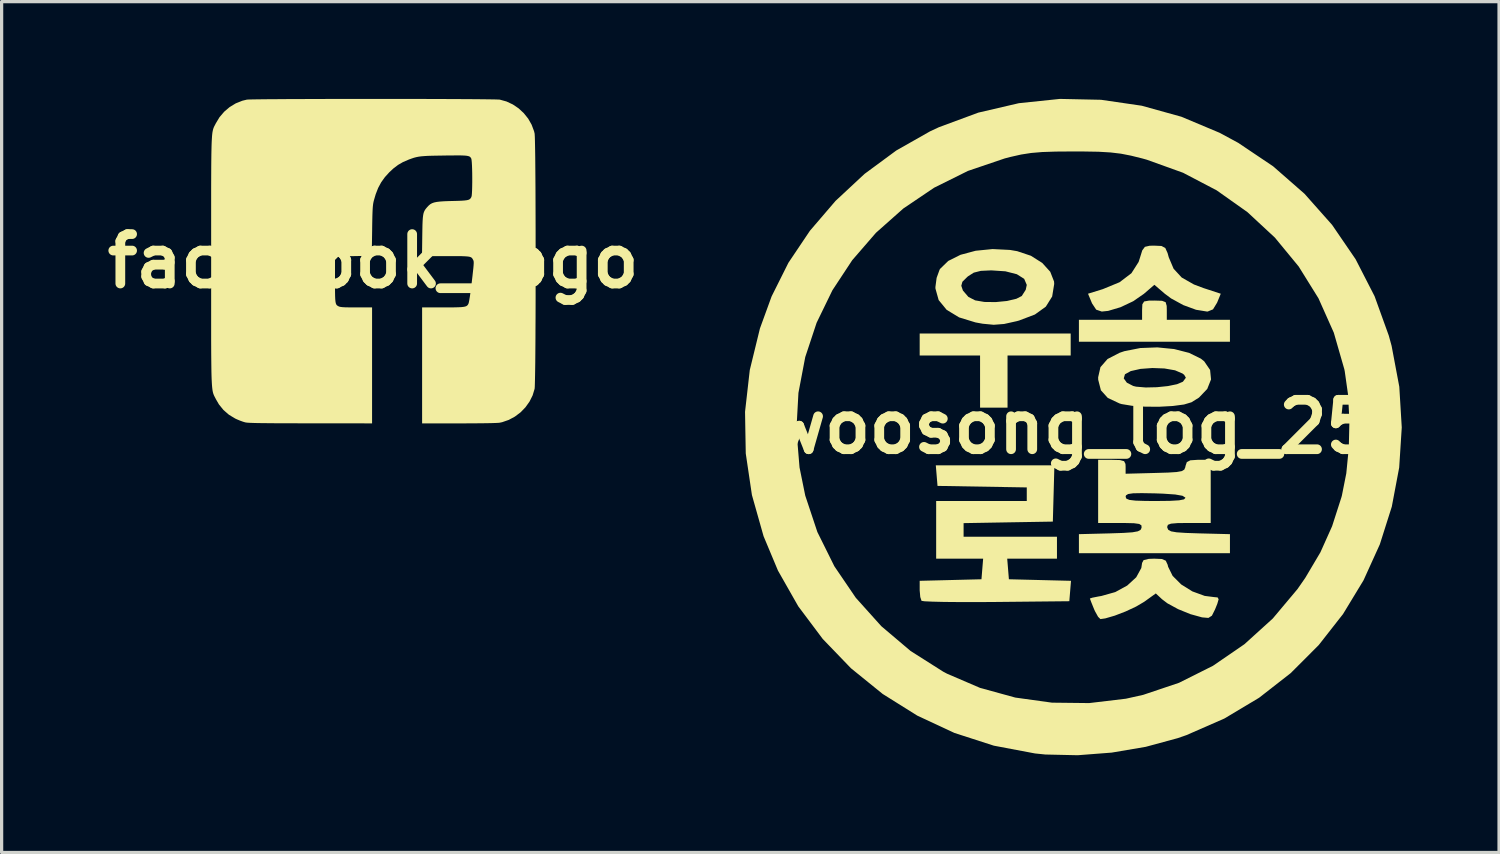
<source format=kicad_pcb>
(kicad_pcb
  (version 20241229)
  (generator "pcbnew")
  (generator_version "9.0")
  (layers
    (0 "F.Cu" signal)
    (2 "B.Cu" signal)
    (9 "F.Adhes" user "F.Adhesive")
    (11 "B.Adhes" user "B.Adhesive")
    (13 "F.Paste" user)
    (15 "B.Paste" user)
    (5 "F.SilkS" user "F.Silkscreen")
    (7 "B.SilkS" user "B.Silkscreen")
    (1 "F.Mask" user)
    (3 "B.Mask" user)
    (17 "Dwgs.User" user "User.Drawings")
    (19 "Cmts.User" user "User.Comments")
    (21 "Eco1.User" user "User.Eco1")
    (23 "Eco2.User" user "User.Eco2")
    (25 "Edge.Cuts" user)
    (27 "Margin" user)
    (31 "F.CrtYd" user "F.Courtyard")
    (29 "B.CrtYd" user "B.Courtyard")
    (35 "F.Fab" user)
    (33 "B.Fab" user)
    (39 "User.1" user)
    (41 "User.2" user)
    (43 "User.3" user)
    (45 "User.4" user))
  (footprint "facebook_logo"
    (layer "F.Cu")
    (at 8.462 5.003)
    (property "Reference" "facebook_logo" (at 0 0 0) (layer "F.SilkS") (effects (font (size 1.524 1.524) (thickness 0.3))))
    (attr board_only exclude_from_pos_files exclude_from_bom)
    (fp_poly (pts (xy 0.426 -5.003) (xy 0.765 -5.003) (xy 1.098 -5.002) (xy 1.423 -5.002) (xy 1.738 -5.001) (xy 2.042 -5) (xy 2.33 -4.999) (xy 2.602 -4.998) (xy 2.854 -4.996) (xy 3.085 -4.995) (xy 3.292 -4.993) (xy 3.473 -4.991) (xy 3.625 -4.989) (xy 3.747 -4.987) (xy 3.835 -4.984) (xy 3.887 -4.982) (xy 3.899 -4.981) (xy 4.105 -4.924) (xy 4.3 -4.833) (xy 4.479 -4.712) (xy 4.638 -4.565) (xy 4.774 -4.396) (xy 4.88 -4.21) (xy 4.955 -4.01) (xy 4.973 -3.937) (xy 4.976 -3.899) (xy 4.98 -3.825) (xy 4.983 -3.716) (xy 4.986 -3.575) (xy 4.989 -3.405) (xy 4.992 -3.207) (xy 4.994 -2.984) (xy 4.996 -2.739) (xy 4.998 -2.473) (xy 5 -2.189) (xy 5.001 -1.889) (xy 5.002 -1.576) (xy 5.003 -1.252) (xy 5.004 -0.92) (xy 5.004 -0.581) (xy 5.005 -0.238) (xy 5.005 0.107) (xy 5.005 0.45) (xy 5.004 0.791) (xy 5.004 1.126) (xy 5.003 1.454) (xy 5.002 1.771) (xy 5 2.076) (xy 4.999 2.366) (xy 4.997 2.639) (xy 4.995 2.893) (xy 4.993 3.125) (xy 4.99 3.333) (xy 4.987 3.514) (xy 4.984 3.666) (xy 4.981 3.787) (xy 4.978 3.875) (xy 4.974 3.927) (xy 4.973 3.937) (xy 4.911 4.141) (xy 4.815 4.332) (xy 4.689 4.508) (xy 4.538 4.663) (xy 4.365 4.793) (xy 4.176 4.895) (xy 3.973 4.965) (xy 3.899 4.981) (xy 3.85 4.986) (xy 3.763 4.99) (xy 3.64 4.994) (xy 3.481 4.997) (xy 3.287 4.999) (xy 3.061 5.001) (xy 2.803 5.002) (xy 2.644 5.002) (xy 1.504 5.002) (xy 1.504 1.426) (xy 2.14 1.426) (xy 2.33 1.426) (xy 2.485 1.425) (xy 2.608 1.422) (xy 2.705 1.418) (xy 2.778 1.41) (xy 2.831 1.4) (xy 2.87 1.385) (xy 2.897 1.366) (xy 2.916 1.343) (xy 2.932 1.313) (xy 2.935 1.307) (xy 2.946 1.268) (xy 2.96 1.194) (xy 2.977 1.089) (xy 2.996 0.957) (xy 3.016 0.801) (xy 3.037 0.631) (xy 3.057 0.46) (xy 3.072 0.323) (xy 3.084 0.216) (xy 3.091 0.135) (xy 3.095 0.075) (xy 3.095 0.032) (xy 3.092 0.001) (xy 3.086 -0.021) (xy 3.079 -0.035) (xy 3.063 -0.065) (xy 3.047 -0.09) (xy 3.027 -0.11) (xy 2.998 -0.125) (xy 2.958 -0.137) (xy 2.901 -0.145) (xy 2.826 -0.15) (xy 2.727 -0.154) (xy 2.601 -0.156) (xy 2.444 -0.156) (xy 2.252 -0.156) (xy 1.501 -0.156) (xy 1.509 -0.777) (xy 1.512 -0.966) (xy 1.515 -1.12) (xy 1.52 -1.244) (xy 1.527 -1.344) (xy 1.537 -1.422) (xy 1.55 -1.484) (xy 1.569 -1.535) (xy 1.592 -1.579) (xy 1.622 -1.62) (xy 1.659 -1.664) (xy 1.663 -1.668) (xy 1.709 -1.717) (xy 1.756 -1.756) (xy 1.809 -1.786) (xy 1.873 -1.809) (xy 1.953 -1.826) (xy 2.054 -1.838) (xy 2.182 -1.847) (xy 2.341 -1.853) (xy 2.433 -1.855) (xy 2.593 -1.859) (xy 2.718 -1.864) (xy 2.814 -1.871) (xy 2.886 -1.88) (xy 2.937 -1.893) (xy 2.972 -1.911) (xy 2.997 -1.935) (xy 3.016 -1.965) (xy 3.025 -1.984) (xy 3.034 -2.022) (xy 3.04 -2.092) (xy 3.045 -2.189) (xy 3.048 -2.304) (xy 3.05 -2.433) (xy 3.05 -2.568) (xy 3.049 -2.704) (xy 3.046 -2.833) (xy 3.042 -2.95) (xy 3.036 -3.048) (xy 3.029 -3.12) (xy 3.021 -3.161) (xy 3.02 -3.163) (xy 3.005 -3.189) (xy 2.987 -3.211) (xy 2.963 -3.228) (xy 2.928 -3.24) (xy 2.879 -3.25) (xy 2.812 -3.256) (xy 2.723 -3.26) (xy 2.609 -3.261) (xy 2.465 -3.26) (xy 2.287 -3.259) (xy 2.185 -3.257) (xy 1.985 -3.254) (xy 1.818 -3.251) (xy 1.681 -3.247) (xy 1.568 -3.24) (xy 1.473 -3.232) (xy 1.392 -3.221) (xy 1.319 -3.206) (xy 1.25 -3.188) (xy 1.18 -3.164) (xy 1.102 -3.136) (xy 1.08 -3.127) (xy 0.91 -3.053) (xy 0.763 -2.968) (xy 0.624 -2.863) (xy 0.496 -2.745) (xy 0.357 -2.592) (xy 0.243 -2.433) (xy 0.149 -2.259) (xy 0.072 -2.061) (xy 0.017 -1.873) (xy 0.006 -1.829) (xy -0.003 -1.784) (xy -0.01 -1.735) (xy -0.016 -1.677) (xy -0.021 -1.606) (xy -0.025 -1.517) (xy -0.029 -1.406) (xy -0.032 -1.268) (xy -0.035 -1.099) (xy -0.037 -0.938) (xy -0.049 -0.166) (xy -1.074 -0.147) (xy -1.128 -0.092) (xy -1.182 -0.038) (xy -1.182 0.613) (xy -1.182 0.801) (xy -1.181 0.953) (xy -1.179 1.075) (xy -1.175 1.169) (xy -1.168 1.241) (xy -1.159 1.293) (xy -1.145 1.33) (xy -1.128 1.356) (xy -1.105 1.374) (xy -1.077 1.39) (xy -1.064 1.396) (xy -1.037 1.406) (xy -0.998 1.413) (xy -0.944 1.419) (xy -0.869 1.423) (xy -0.768 1.425) (xy -0.636 1.426) (xy -0.52 1.426) (xy -0.039 1.426) (xy -0.039 5.002) (xy -1.929 5) (xy -2.256 5) (xy -2.545 4.999) (xy -2.8 4.999) (xy -3.023 4.998) (xy -3.215 4.996) (xy -3.38 4.995) (xy -3.519 4.993) (xy -3.634 4.991) (xy -3.728 4.988) (xy -3.804 4.985) (xy -3.862 4.982) (xy -3.906 4.978) (xy -3.938 4.973) (xy -3.947 4.972) (xy -4.021 4.95) (xy -4.115 4.916) (xy -4.212 4.875) (xy -4.259 4.853) (xy -4.453 4.736) (xy -4.621 4.59) (xy -4.761 4.417) (xy -4.853 4.259) (xy -4.87 4.225) (xy -4.886 4.195) (xy -4.901 4.166) (xy -4.914 4.139) (xy -4.926 4.11) (xy -4.937 4.078) (xy -4.947 4.042) (xy -4.956 3.999) (xy -4.963 3.949) (xy -4.97 3.889) (xy -4.976 3.818) (xy -4.981 3.733) (xy -4.986 3.634) (xy -4.99 3.519) (xy -4.993 3.386) (xy -4.995 3.233) (xy -4.997 3.058) (xy -4.999 2.861) (xy -5 2.639) (xy -5.001 2.39) (xy -5.001 2.114) (xy -5.001 1.807) (xy -5.001 1.469) (xy -5.001 1.098) (xy -5.001 0.692) (xy -5.001 0.25) (xy -5.001 0) (xy -5.001 -0.462) (xy -5.001 -0.887) (xy -5.001 -1.277) (xy -5.001 -1.632) (xy -5.001 -1.955) (xy -5.001 -2.247) (xy -5 -2.51) (xy -4.999 -2.746) (xy -4.998 -2.956) (xy -4.996 -3.143) (xy -4.994 -3.307) (xy -4.991 -3.45) (xy -4.988 -3.575) (xy -4.984 -3.682) (xy -4.979 -3.773) (xy -4.974 -3.851) (xy -4.968 -3.917) (xy -4.961 -3.972) (xy -4.952 -4.018) (xy -4.943 -4.057) (xy -4.933 -4.09) (xy -4.922 -4.12) (xy -4.91 -4.148) (xy -4.896 -4.175) (xy -4.881 -4.203) (xy -4.865 -4.234) (xy -4.857 -4.25) (xy -4.742 -4.441) (xy -4.598 -4.609) (xy -4.43 -4.752) (xy -4.242 -4.866) (xy -4.039 -4.947) (xy -3.899 -4.981) (xy -3.865 -4.983) (xy -3.795 -4.986) (xy -3.69 -4.988) (xy -3.553 -4.99) (xy -3.386 -4.992) (xy -3.192 -4.994) (xy -2.973 -4.995) (xy -2.731 -4.997) (xy -2.469 -4.998) (xy -2.188 -4.999) (xy -1.892 -5) (xy -1.582 -5.001) (xy -1.262 -5.002) (xy -0.932 -5.002) (xy -0.596 -5.003) (xy -0.256 -5.003) (xy 0.085 -5.003)) (stroke (width 0) (type solid)) (fill yes) (layer "F.SilkS")))
  (footprint "woosong_log_25"
    (layer "F.Cu")
    (at 30.05 10.113)
    (property "Reference" "woosong_log_25" (at 0 0 0) (layer "F.SilkS") (effects (font (size 1.524 1.524) (thickness 0.3))))
    (attr board_only exclude_from_pos_files exclude_from_bom)
    (fp_poly (pts (xy -0.085 -2.201) (xy -2.032 -2.201) (xy -2.032 -0.593) (xy -2.879 -0.593) (xy -2.879 -2.201) (xy -4.741 -2.201) (xy -4.741 -2.879) (xy -0.085 -2.879)) (stroke (width 0) (type solid)) (fill yes) (layer "F.SilkS"))
    (fp_poly (pts (xy 2.732 -3.888) (xy 2.843 -3.845) (xy 2.876 -3.73) (xy 2.879 -3.598) (xy 2.879 -3.302) (xy 4.826 -3.302) (xy 4.826 -2.625) (xy 0.169 -2.625) (xy 0.169 -3.302) (xy 2.117 -3.302) (xy 2.117 -3.598) (xy 2.125 -3.78) (xy 2.18 -3.867) (xy 2.328 -3.893) (xy 2.498 -3.895)) (stroke (width 0) (type solid)) (fill yes) (layer "F.SilkS"))
    (fp_poly (pts (xy -0.611 2.053) (xy -0.635 2.921) (xy -2.011 2.944) (xy -3.387 2.968) (xy -3.387 3.387) (xy -0.508 3.387) (xy -0.508 4.064) (xy -2.042 4.064) (xy -2.016 4.381) (xy -1.99 4.699) (xy -1.032 4.723) (xy -0.075 4.747) (xy -0.101 5.062) (xy -0.127 5.376) (xy -2.376 5.399) (xy -2.977 5.403) (xy -3.522 5.402) (xy -3.988 5.398) (xy -4.352 5.389) (xy -4.592 5.378) (xy -4.684 5.364) (xy -4.723 5.246) (xy -4.741 5.04) (xy -4.741 5.026) (xy -4.741 4.747) (xy -3.789 4.723) (xy -2.836 4.699) (xy -2.81 4.381) (xy -2.784 4.064) (xy -4.233 4.064) (xy -4.233 2.286) (xy -1.439 2.286) (xy -1.439 1.867) (xy -4.191 1.82) (xy -4.244 1.185) (xy -0.587 1.185)) (stroke (width 0) (type solid)) (fill yes) (layer "F.SilkS"))
    (fp_poly (pts (xy 2.715 -5.578) (xy 2.832 -5.517) (xy 2.903 -5.36) (xy 2.94 -5.227) (xy 3.089 -4.876) (xy 3.339 -4.605) (xy 3.716 -4.391) (xy 4.008 -4.281) (xy 4.543 -4.106) (xy 4.43 -3.831) (xy 4.304 -3.624) (xy 4.138 -3.556) (xy 4.121 -3.556) (xy 3.781 -3.611) (xy 3.388 -3.755) (xy 3.013 -3.96) (xy 2.824 -4.1) (xy 2.496 -4.381) (xy 2.171 -4.101) (xy 1.842 -3.874) (xy 1.453 -3.69) (xy 1.073 -3.577) (xy 0.874 -3.556) (xy 0.702 -3.614) (xy 0.573 -3.809) (xy 0.564 -3.831) (xy 0.45 -4.106) (xy 0.905 -4.247) (xy 1.422 -4.46) (xy 1.788 -4.738) (xy 2.01 -5.086) (xy 2.051 -5.213) (xy 2.122 -5.442) (xy 2.204 -5.552) (xy 2.352 -5.586) (xy 2.498 -5.588)) (stroke (width 0) (type solid)) (fill yes) (layer "F.SilkS"))
    (fp_poly (pts (xy 2.727 4.074) (xy 2.847 4.126) (xy 2.905 4.251) (xy 2.92 4.314) (xy 3.059 4.595) (xy 3.322 4.858) (xy 3.667 5.073) (xy 4.048 5.212) (xy 4.339 5.249) (xy 4.446 5.259) (xy 4.477 5.315) (xy 4.436 5.457) (xy 4.365 5.632) (xy 4.27 5.822) (xy 4.162 5.891) (xy 3.977 5.875) (xy 3.963 5.873) (xy 3.605 5.774) (xy 3.227 5.62) (xy 2.898 5.441) (xy 2.732 5.315) (xy 2.54 5.136) (xy 2.18 5.395) (xy 1.932 5.541) (xy 1.611 5.691) (xy 1.276 5.82) (xy 0.985 5.905) (xy 0.832 5.927) (xy 0.76 5.856) (xy 0.663 5.681) (xy 0.636 5.62) (xy 0.555 5.42) (xy 0.511 5.303) (xy 0.508 5.292) (xy 0.583 5.267) (xy 0.77 5.23) (xy 0.863 5.214) (xy 1.29 5.094) (xy 1.658 4.893) (xy 1.937 4.637) (xy 2.093 4.351) (xy 2.117 4.195) (xy 2.163 4.109) (xy 2.324 4.07) (xy 2.491 4.064)) (stroke (width 0) (type solid)) (fill yes) (layer "F.SilkS"))
    (fp_poly (pts (xy 3.104 -2.4) (xy 3.566 -2.282) (xy 3.929 -2.104) (xy 4.032 -2.022) (xy 4.214 -1.755) (xy 4.243 -1.463) (xy 4.126 -1.17) (xy 3.871 -0.903) (xy 3.641 -0.759) (xy 3.411 -0.69) (xy 3.063 -0.644) (xy 2.647 -0.621) (xy 2.212 -0.623) (xy 1.809 -0.65) (xy 1.486 -0.703) (xy 1.422 -0.722) (xy 1.061 -0.891) (xy 0.847 -1.128) (xy 0.764 -1.452) (xy 0.763 -1.495) (xy 1.552 -1.495) (xy 1.647 -1.363) (xy 1.842 -1.262) (xy 1.932 -1.24) (xy 2.227 -1.215) (xy 2.571 -1.223) (xy 2.912 -1.258) (xy 3.195 -1.316) (xy 3.37 -1.39) (xy 3.382 -1.401) (xy 3.467 -1.516) (xy 3.415 -1.605) (xy 3.364 -1.645) (xy 3.134 -1.744) (xy 2.807 -1.801) (xy 2.434 -1.815) (xy 2.069 -1.788) (xy 1.767 -1.72) (xy 1.589 -1.622) (xy 1.552 -1.495) (xy 0.763 -1.495) (xy 0.762 -1.528) (xy 0.833 -1.842) (xy 1.051 -2.092) (xy 1.422 -2.284) (xy 1.57 -2.334) (xy 2.061 -2.431) (xy 2.587 -2.451)) (stroke (width 0) (type solid)) (fill yes) (layer "F.SilkS"))
    (fp_poly (pts (xy -1.957 -5.456) (xy -1.735 -5.418) (xy -1.313 -5.277) (xy -0.963 -5.056) (xy -0.715 -4.783) (xy -0.598 -4.484) (xy -0.593 -4.408) (xy -0.656 -4.02) (xy -0.851 -3.708) (xy -1.188 -3.465) (xy -1.677 -3.279) (xy -1.751 -3.259) (xy -2.138 -3.173) (xy -2.458 -3.148) (xy -2.8 -3.181) (xy -3.02 -3.221) (xy -3.525 -3.376) (xy -3.909 -3.609) (xy -4.156 -3.91) (xy -4.255 -4.265) (xy -4.256 -4.312) (xy -4.251 -4.351) (xy -3.458 -4.351) (xy -3.408 -4.204) (xy -3.238 -4.007) (xy -3.03 -3.901) (xy -2.744 -3.852) (xy -2.397 -3.848) (xy -2.049 -3.882) (xy -1.758 -3.951) (xy -1.594 -4.035) (xy -1.471 -4.227) (xy -1.439 -4.378) (xy -1.519 -4.565) (xy -1.745 -4.707) (xy -2.098 -4.797) (xy -2.533 -4.826) (xy -2.855 -4.811) (xy -3.073 -4.756) (xy -3.251 -4.643) (xy -3.273 -4.624) (xy -3.424 -4.475) (xy -3.458 -4.351) (xy -4.251 -4.351) (xy -4.219 -4.594) (xy -4.128 -4.845) (xy -4.111 -4.873) (xy -3.86 -5.117) (xy -3.482 -5.306) (xy -3.015 -5.431) (xy -2.494 -5.483)) (stroke (width 0) (type solid)) (fill yes) (layer "F.SilkS"))
    (fp_poly (pts (xy 1.436 1.023) (xy 1.562 1.058) (xy 1.605 1.143) (xy 1.609 1.231) (xy 1.609 1.445) (xy 2.519 1.421) (xy 2.921 1.409) (xy 3.184 1.392) (xy 3.34 1.364) (xy 3.418 1.318) (xy 3.449 1.246) (xy 3.456 1.206) (xy 3.496 1.087) (xy 3.604 1.031) (xy 3.827 1.016) (xy 3.858 1.016) (xy 4.233 1.016) (xy 4.233 2.963) (xy 3.55 2.963) (xy 3.21 2.967) (xy 3.008 2.984) (xy 2.913 3.02) (xy 2.891 3.083) (xy 2.895 3.111) (xy 2.927 3.177) (xy 3.013 3.222) (xy 3.182 3.251) (xy 3.462 3.27) (xy 3.875 3.284) (xy 4.826 3.308) (xy 4.826 3.895) (xy 0.169 3.895) (xy 0.169 3.308) (xy 1.121 3.284) (xy 1.539 3.27) (xy 1.818 3.251) (xy 1.985 3.221) (xy 2.07 3.176) (xy 2.101 3.111) (xy 2.097 3.038) (xy 2.029 2.993) (xy 1.867 2.971) (xy 1.577 2.964) (xy 1.446 2.963) (xy 0.762 2.963) (xy 0.762 2.156) (xy 1.609 2.156) (xy 1.633 2.214) (xy 1.726 2.252) (xy 1.912 2.274) (xy 2.221 2.284) (xy 2.547 2.286) (xy 2.976 2.281) (xy 3.256 2.265) (xy 3.408 2.236) (xy 3.452 2.191) (xy 3.45 2.18) (xy 3.364 2.125) (xy 3.138 2.085) (xy 2.761 2.059) (xy 2.512 2.05) (xy 2.105 2.043) (xy 1.84 2.048) (xy 1.687 2.07) (xy 1.62 2.112) (xy 1.609 2.156) (xy 0.762 2.156) (xy 0.762 1.016) (xy 1.185 1.016)) (stroke (width 0) (type solid)) (fill yes) (layer "F.SilkS"))
    (fp_poly (pts (xy 0.852 -10.086) (xy 2.106 -9.903) (xy 3.33 -9.563) (xy 4.508 -9.068) (xy 5.08 -8.759) (xy 6.156 -8.036) (xy 7.125 -7.188) (xy 7.976 -6.229) (xy 8.7 -5.171) (xy 9.286 -4.029) (xy 9.724 -2.815) (xy 9.811 -2.498) (xy 10.048 -1.238) (xy 10.124 0.017) (xy 10.045 1.253) (xy 9.817 2.46) (xy 9.448 3.623) (xy 8.945 4.731) (xy 8.314 5.77) (xy 7.563 6.729) (xy 6.698 7.594) (xy 5.725 8.353) (xy 4.653 8.994) (xy 3.487 9.504) (xy 3.217 9.598) (xy 2.229 9.866) (xy 1.181 10.044) (xy 0.131 10.125) (xy -0.865 10.103) (xy -1.185 10.07) (xy -2.455 9.83) (xy -3.669 9.438) (xy -4.816 8.903) (xy -5.883 8.235) (xy -6.859 7.444) (xy -7.73 6.54) (xy -8.485 5.533) (xy -9.111 4.432) (xy -9.555 3.371) (xy -9.914 2.101) (xy -10.104 0.82) (xy -10.117 0.091) (xy -8.542 0.091) (xy -8.446 1.251) (xy -8.27 2.118) (xy -7.896 3.242) (xy -7.372 4.298) (xy -6.711 5.27) (xy -5.924 6.146) (xy -5.022 6.91) (xy -4.016 7.548) (xy -3.895 7.612) (xy -2.88 8.048) (xy -1.793 8.347) (xy -0.661 8.504) (xy 0.485 8.517) (xy 1.618 8.382) (xy 2.148 8.264) (xy 3.257 7.891) (xy 4.303 7.367) (xy 5.272 6.702) (xy 6.146 5.91) (xy 6.91 5) (xy 7.148 4.657) (xy 7.616 3.867) (xy 7.976 3.064) (xy 8.263 2.173) (xy 8.278 2.118) (xy 8.414 1.432) (xy 8.491 0.647) (xy 8.51 -0.179) (xy 8.469 -0.986) (xy 8.366 -1.714) (xy 8.353 -1.778) (xy 8.029 -2.904) (xy 7.556 -3.964) (xy 6.946 -4.945) (xy 6.212 -5.836) (xy 5.364 -6.623) (xy 4.416 -7.294) (xy 3.38 -7.836) (xy 2.266 -8.237) (xy 2.127 -8.276) (xy 1.777 -8.363) (xy 1.466 -8.424) (xy 1.147 -8.462) (xy 0.775 -8.484) (xy 0.304 -8.492) (xy 0 -8.493) (xy -0.543 -8.489) (xy -0.962 -8.475) (xy -1.304 -8.446) (xy -1.613 -8.398) (xy -1.936 -8.325) (xy -2.118 -8.278) (xy -3.252 -7.893) (xy -4.297 -7.374) (xy -5.245 -6.734) (xy -6.089 -5.985) (xy -6.821 -5.14) (xy -7.433 -4.211) (xy -7.919 -3.211) (xy -8.27 -2.152) (xy -8.48 -1.047) (xy -8.542 0.091) (xy -10.117 0.091) (xy -10.126 -0.466) (xy -9.98 -1.753) (xy -9.667 -3.035) (xy -9.307 -4.024) (xy -8.789 -5.06) (xy -8.125 -6.048) (xy -7.335 -6.969) (xy -6.441 -7.801) (xy -5.463 -8.522) (xy -4.423 -9.112) (xy -4.149 -9.24) (xy -2.933 -9.69) (xy -1.683 -9.981) (xy -0.417 -10.113)) (stroke (width 0) (type solid)) (fill yes) (layer "F.SilkS")))
  (gr_rect
    (start -3 -3)
    (end 43.174 23.238)
    (stroke (width 0.1) (type default))
    (fill no)
    (layer "Edge.Cuts")))
</source>
